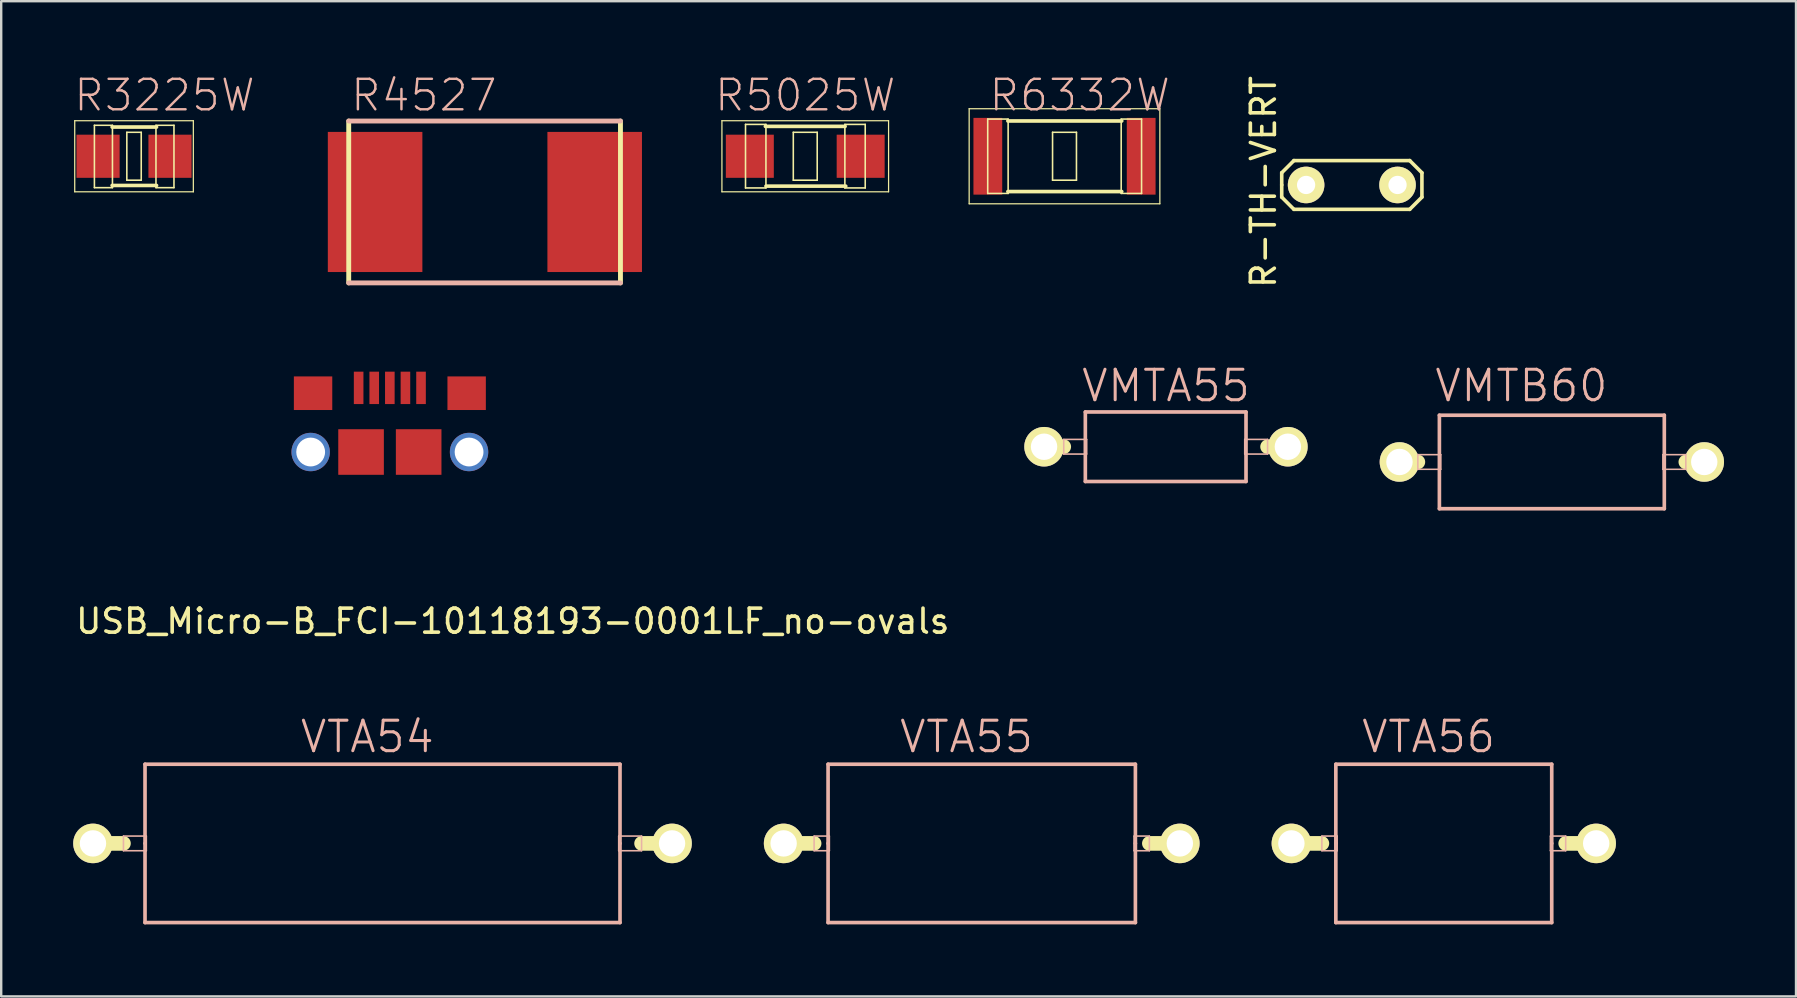
<source format=kicad_pcb>
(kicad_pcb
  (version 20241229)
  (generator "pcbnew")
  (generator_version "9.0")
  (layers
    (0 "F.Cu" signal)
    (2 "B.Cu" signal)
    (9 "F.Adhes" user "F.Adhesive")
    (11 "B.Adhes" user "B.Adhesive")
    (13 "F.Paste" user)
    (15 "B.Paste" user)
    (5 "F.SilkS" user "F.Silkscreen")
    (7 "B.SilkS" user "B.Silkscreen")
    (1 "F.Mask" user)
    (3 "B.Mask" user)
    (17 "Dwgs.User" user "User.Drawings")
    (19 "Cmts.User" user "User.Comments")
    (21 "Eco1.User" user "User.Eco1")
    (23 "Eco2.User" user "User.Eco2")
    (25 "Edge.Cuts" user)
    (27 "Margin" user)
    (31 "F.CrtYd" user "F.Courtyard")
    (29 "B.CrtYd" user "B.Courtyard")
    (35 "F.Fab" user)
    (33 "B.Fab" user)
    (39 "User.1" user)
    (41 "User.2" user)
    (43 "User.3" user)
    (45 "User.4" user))
  (footprint "R4527"
    (layer "F.Cu")
    (at 17.155 5.366)
    (property "Reference" "R4527" (at -2.54 -4.445 0) (layer "B.SilkS") (effects (font (size 1.27 1.27) (thickness 0.102))))
    (attr smd)
    (fp_line (start -5.674 -3.373) (end -5.674 3.373) (stroke (width 0.203) (type solid)) (layer "F.SilkS"))
    (fp_line (start 5.649 3.373) (end 5.649 -3.373) (stroke (width 0.203) (type solid)) (layer "F.SilkS"))
    (fp_line (start -5.674 3.373) (end 5.649 3.373) (stroke (width 0.203) (type solid)) (layer "B.SilkS"))
    (fp_line (start 5.649 -3.373) (end -5.674 -3.373) (stroke (width 0.203) (type solid)) (layer "B.SilkS"))
    (pad "1" smd rect (at -4.575 0) (size 3.94 5.839) (layers "F.Cu" "F.Mask" "F.Paste"))
    (pad "2" smd rect (at 4.575 0) (size 3.94 5.839) (layers "F.Cu" "F.Mask" "F.Paste")))
  (footprint "USB_Micro-B_FCI-10118193-0001LF_no-ovals"
    (layer "F.Cu")
    (at 13.195 17.235)
    (property "Reference" "USB_Micro-B_FCI-10118193-0001LF_no-ovals" (at 5.12 5.6 0) (layer "F.SilkS") (effects (font (size 1 1) (thickness 0.15))))
    (attr smd)
    (fp_line (start -3.95 0) (end -3.95 -5.075) (stroke (width 0.15) (type solid)) (layer "Eco2.User"))
    (fp_line (start 3.95 -5.1) (end -3.95 -5.1) (stroke (width 0.15) (type solid)) (layer "Eco2.User"))
    (fp_line (start 3.95 0) (end -3.95 0) (stroke (width 0.15) (type solid)) (layer "Eco2.User"))
    (fp_line (start 3.95 0) (end 3.95 -5.1) (stroke (width 0.15) (type solid)) (layer "Eco2.User"))
    (pad "1" smd rect (at -1.301 -4.123 90) (size 1.35 0.4) (layers "F.Cu" "F.Mask" "F.Paste"))
    (pad "2" smd rect (at -0.651 -4.123 90) (size 1.35 0.4) (layers "F.Cu" "F.Mask" "F.Paste"))
    (pad "3" smd rect (at -0.001 -4.123 90) (size 1.35 0.4) (layers "F.Cu" "F.Mask" "F.Paste"))
    (pad "4" smd rect (at 0.649 -4.123 90) (size 1.35 0.4) (layers "F.Cu" "F.Mask" "F.Paste"))
    (pad "5" smd rect (at 1.299 -4.123 90) (size 1.35 0.4) (layers "F.Cu" "F.Mask" "F.Paste"))
    (pad "6" thru_hole circle (at -3.3 -1.45) (size 1.6 1.6) (drill 1.2) (layers "*.Cu" "*.Mask" "F.Paste"))
    (pad "6" smd rect (at -3.2 -3.9) (size 1.6 1.4) (layers "F.Cu" "F.Mask" "F.Paste"))
    (pad "6" smd rect (at -1.2 -1.45) (size 1.9 1.9) (layers "F.Cu" "F.Mask" "F.Paste"))
    (pad "6" smd rect (at 1.2 -1.45) (size 1.9 1.9) (layers "F.Cu" "F.Mask" "F.Paste"))
    (pad "6" smd rect (at 3.2 -3.9) (size 1.6 1.4) (layers "F.Cu" "F.Mask" "F.Paste"))
    (pad "6" thru_hole circle (at 3.3 -1.45) (size 1.6 1.6) (drill 1.2) (layers "*.Cu" "*.Mask" "F.Paste")))
  (footprint "VTA55"
    (layer "F.Cu")
    (at 37.858 32.094)
    (property "Reference" "VTA55" (at -0.635 -4.445 0) (layer "B.SilkS") (effects (font (size 1.27 1.27) (thickness 0.127))))
    (attr exclude_from_pos_files exclude_from_bom)
    (fp_line (start -8.255 0) (end -6.985 0) (stroke (width 0.61) (type solid)) (layer "F.SilkS"))
    (fp_line (start 6.985 0) (end 8.255 0) (stroke (width 0.61) (type solid)) (layer "F.SilkS"))
    (fp_line (start -6.985 -0.305) (end -6.35 -0.305) (stroke (width 0.066) (type solid)) (layer "B.SilkS"))
    (fp_line (start -6.985 0.305) (end -6.985 -0.305) (stroke (width 0.066) (type solid)) (layer "B.SilkS"))
    (fp_line (start -6.985 0.305) (end -6.35 0.305) (stroke (width 0.066) (type solid)) (layer "B.SilkS"))
    (fp_line (start -6.403 -3.299) (end -6.403 0) (stroke (width 0.152) (type solid)) (layer "B.SilkS"))
    (fp_line (start -6.403 0) (end -6.403 3.299) (stroke (width 0.152) (type solid)) (layer "B.SilkS"))
    (fp_line (start -6.403 3.299) (end 6.403 3.299) (stroke (width 0.152) (type solid)) (layer "B.SilkS"))
    (fp_line (start -6.35 0.305) (end -6.35 -0.305) (stroke (width 0.066) (type solid)) (layer "B.SilkS"))
    (fp_line (start 6.35 -0.305) (end 6.985 -0.305) (stroke (width 0.066) (type solid)) (layer "B.SilkS"))
    (fp_line (start 6.35 0.305) (end 6.35 -0.305) (stroke (width 0.066) (type solid)) (layer "B.SilkS"))
    (fp_line (start 6.35 0.305) (end 6.985 0.305) (stroke (width 0.066) (type solid)) (layer "B.SilkS"))
    (fp_line (start 6.403 -3.299) (end -6.403 -3.299) (stroke (width 0.152) (type solid)) (layer "B.SilkS"))
    (fp_line (start 6.403 0) (end 6.403 -3.299) (stroke (width 0.152) (type solid)) (layer "B.SilkS"))
    (fp_line (start 6.403 3.299) (end 6.403 0) (stroke (width 0.152) (type solid)) (layer "B.SilkS"))
    (fp_line (start 6.985 0.305) (end 6.985 -0.305) (stroke (width 0.066) (type solid)) (layer "B.SilkS"))
    (pad "1" thru_hole circle (at -8.255 0) (size 1.648 1.648) (drill 1.1) (layers "*.Cu" "F.Mask" "F.SilkS" "F.Paste"))
    (pad "2" thru_hole circle (at 8.255 0) (size 1.648 1.648) (drill 1.1) (layers "*.Cu" "F.Mask" "F.SilkS" "F.Paste")))
  (footprint "VMTB60"
    (layer "F.Cu")
    (at 61.614 16.2)
    (property "Reference" "VMTB60" (at -1.27 -3.175 0) (layer "B.SilkS") (effects (font (size 1.27 1.27) (thickness 0.127))))
    (attr exclude_from_pos_files exclude_from_bom)
    (fp_line (start -6.35 0) (end -5.583 0) (stroke (width 0.61) (type solid)) (layer "F.SilkS"))
    (fp_line (start 5.583 0) (end 6.35 0) (stroke (width 0.61) (type solid)) (layer "F.SilkS"))
    (fp_line (start -5.583 -0.305) (end -4.63 -0.305) (stroke (width 0.066) (type solid)) (layer "B.SilkS"))
    (fp_line (start -5.583 0.305) (end -5.583 -0.305) (stroke (width 0.066) (type solid)) (layer "B.SilkS"))
    (fp_line (start -5.583 0.305) (end -4.63 0.305) (stroke (width 0.066) (type solid)) (layer "B.SilkS"))
    (fp_line (start -4.686 -1.948) (end -4.686 1.948) (stroke (width 0.152) (type solid)) (layer "B.SilkS"))
    (fp_line (start -4.686 1.948) (end 4.686 1.948) (stroke (width 0.152) (type solid)) (layer "B.SilkS"))
    (fp_line (start -4.63 0.305) (end -4.63 -0.305) (stroke (width 0.066) (type solid)) (layer "B.SilkS"))
    (fp_line (start 4.63 -0.305) (end 5.583 -0.305) (stroke (width 0.066) (type solid)) (layer "B.SilkS"))
    (fp_line (start 4.63 0.305) (end 4.63 -0.305) (stroke (width 0.066) (type solid)) (layer "B.SilkS"))
    (fp_line (start 4.63 0.305) (end 5.583 0.305) (stroke (width 0.066) (type solid)) (layer "B.SilkS"))
    (fp_line (start 4.686 -1.948) (end -4.686 -1.948) (stroke (width 0.152) (type solid)) (layer "B.SilkS"))
    (fp_line (start 4.686 1.948) (end 4.686 -1.948) (stroke (width 0.152) (type solid)) (layer "B.SilkS"))
    (fp_line (start 5.583 0.305) (end 5.583 -0.305) (stroke (width 0.066) (type solid)) (layer "B.SilkS"))
    (pad "1" thru_hole circle (at -6.35 0) (size 1.648 1.648) (drill 1.1) (layers "*.Cu" "F.Mask" "F.SilkS" "F.Paste"))
    (pad "2" thru_hole circle (at 6.35 0) (size 1.648 1.648) (drill 1.1) (layers "*.Cu" "F.Mask" "F.SilkS" "F.Paste")))
  (footprint "R5025W"
    (layer "F.Cu")
    (at 30.504 3.461)
    (property "Reference" "R5025W" (at 0 -2.54 0) (layer "B.SilkS") (effects (font (size 1.27 1.27) (thickness 0.102))))
    (attr smd)
    (fp_line (start -3.472 -1.481) (end 3.472 -1.481) (stroke (width 0.051) (type solid)) (layer "F.SilkS"))
    (fp_line (start -3.472 1.481) (end -3.472 -1.481) (stroke (width 0.051) (type solid)) (layer "F.SilkS"))
    (fp_line (start -2.489 -1.328) (end -1.638 -1.328) (stroke (width 0.066) (type solid)) (layer "F.SilkS"))
    (fp_line (start -2.489 1.321) (end -2.489 -1.328) (stroke (width 0.066) (type solid)) (layer "F.SilkS"))
    (fp_line (start -2.489 1.321) (end -1.638 1.321) (stroke (width 0.066) (type solid)) (layer "F.SilkS"))
    (fp_line (start -1.661 -1.245) (end 1.661 -1.245) (stroke (width 0.152) (type solid)) (layer "F.SilkS"))
    (fp_line (start -1.638 1.321) (end -1.638 -1.328) (stroke (width 0.066) (type solid)) (layer "F.SilkS"))
    (fp_line (start -1.636 1.245) (end 1.687 1.245) (stroke (width 0.152) (type solid)) (layer "F.SilkS"))
    (fp_line (start -0.498 -0.998) (end 0.498 -0.998) (stroke (width 0.066) (type solid)) (layer "F.SilkS"))
    (fp_line (start -0.498 0.998) (end -0.498 -0.998) (stroke (width 0.066) (type solid)) (layer "F.SilkS"))
    (fp_line (start -0.498 0.998) (end 0.498 0.998) (stroke (width 0.066) (type solid)) (layer "F.SilkS"))
    (fp_line (start 0.498 0.998) (end 0.498 -0.998) (stroke (width 0.066) (type solid)) (layer "F.SilkS"))
    (fp_line (start 1.651 -1.328) (end 2.499 -1.328) (stroke (width 0.066) (type solid)) (layer "F.SilkS"))
    (fp_line (start 1.651 1.321) (end 1.651 -1.328) (stroke (width 0.066) (type solid)) (layer "F.SilkS"))
    (fp_line (start 1.651 1.321) (end 2.499 1.321) (stroke (width 0.066) (type solid)) (layer "F.SilkS"))
    (fp_line (start 2.499 1.321) (end 2.499 -1.328) (stroke (width 0.066) (type solid)) (layer "F.SilkS"))
    (fp_line (start 3.472 -1.481) (end 3.472 1.481) (stroke (width 0.051) (type solid)) (layer "F.SilkS"))
    (fp_line (start 3.472 1.481) (end -3.472 1.481) (stroke (width 0.051) (type solid)) (layer "F.SilkS"))
    (pad "1" smd rect (at -2.309 0) (size 1.999 1.798) (layers "F.Cu" "F.Mask" "F.Paste"))
    (pad "2" smd rect (at 2.309 0) (size 1.999 1.798) (layers "F.Cu" "F.Mask" "F.Paste")))
  (footprint "R-TH-VERT"
    (layer "F.Cu")
    (at 55.184 4.657)
    (property "Reference" "R-TH-VERT" (at -5.588 -0.127 90) (layer "F.SilkS") (effects (font (size 1 1) (thickness 0.15))))
    (attr through_hole)
    (fp_line (start -4.826 -0.508) (end -4.318 -1.016) (stroke (width 0.15) (type solid)) (layer "F.SilkS"))
    (fp_line (start -4.826 0) (end -4.826 -0.508) (stroke (width 0.15) (type solid)) (layer "F.SilkS"))
    (fp_line (start -4.826 0.508) (end -4.826 0) (stroke (width 0.15) (type solid)) (layer "F.SilkS"))
    (fp_line (start -4.318 -1.016) (end 0.508 -1.016) (stroke (width 0.15) (type solid)) (layer "F.SilkS"))
    (fp_line (start -4.318 1.016) (end -4.826 0.508) (stroke (width 0.15) (type solid)) (layer "F.SilkS"))
    (fp_line (start 0.508 -1.016) (end 1.016 -0.508) (stroke (width 0.15) (type solid)) (layer "F.SilkS"))
    (fp_line (start 0.508 1.016) (end -4.318 1.016) (stroke (width 0.15) (type solid)) (layer "F.SilkS"))
    (fp_line (start 1.016 -0.508) (end 1.016 0.508) (stroke (width 0.15) (type solid)) (layer "F.SilkS"))
    (fp_line (start 1.016 0.508) (end 0.508 1.016) (stroke (width 0.15) (type solid)) (layer "F.SilkS"))
    (pad "1" thru_hole circle (at -3.81 0) (size 1.524 1.524) (drill 0.762) (layers "*.Cu" "*.Mask" "F.SilkS"))
    (pad "2" thru_hole circle (at 0 0) (size 1.524 1.524) (drill 0.762) (layers "*.Cu" "*.Mask" "F.SilkS")))
  (footprint "VMTA55"
    (layer "F.Cu")
    (at 45.535 15.565)
    (property "Reference" "VMTA55" (at 0 -2.54 0) (layer "B.SilkS") (effects (font (size 1.27 1.27) (thickness 0.127))))
    (attr exclude_from_pos_files exclude_from_bom)
    (fp_line (start -5.08 0) (end -4.26 0) (stroke (width 0.61) (type solid)) (layer "F.SilkS"))
    (fp_line (start 4.234 0) (end 5.08 0) (stroke (width 0.61) (type solid)) (layer "F.SilkS"))
    (fp_line (start -4.26 -0.305) (end -3.307 -0.305) (stroke (width 0.066) (type solid)) (layer "B.SilkS"))
    (fp_line (start -4.26 0.305) (end -4.26 -0.305) (stroke (width 0.066) (type solid)) (layer "B.SilkS"))
    (fp_line (start -4.26 0.305) (end -3.307 0.305) (stroke (width 0.066) (type solid)) (layer "B.SilkS"))
    (fp_line (start -3.36 -1.448) (end -3.36 1.448) (stroke (width 0.152) (type solid)) (layer "B.SilkS"))
    (fp_line (start -3.36 1.448) (end 3.335 1.448) (stroke (width 0.152) (type solid)) (layer "B.SilkS"))
    (fp_line (start -3.307 0.305) (end -3.307 -0.305) (stroke (width 0.066) (type solid)) (layer "B.SilkS"))
    (fp_line (start 3.282 -0.305) (end 4.234 -0.305) (stroke (width 0.066) (type solid)) (layer "B.SilkS"))
    (fp_line (start 3.282 0.305) (end 3.282 -0.305) (stroke (width 0.066) (type solid)) (layer "B.SilkS"))
    (fp_line (start 3.282 0.305) (end 4.234 0.305) (stroke (width 0.066) (type solid)) (layer "B.SilkS"))
    (fp_line (start 3.335 -1.448) (end -3.36 -1.448) (stroke (width 0.152) (type solid)) (layer "B.SilkS"))
    (fp_line (start 3.335 1.448) (end 3.335 -1.448) (stroke (width 0.152) (type solid)) (layer "B.SilkS"))
    (fp_line (start 4.234 0.305) (end 4.234 -0.305) (stroke (width 0.066) (type solid)) (layer "B.SilkS"))
    (pad "1" thru_hole circle (at -5.08 0) (size 1.648 1.648) (drill 1.1) (layers "*.Cu" "F.Mask" "F.SilkS" "F.Paste"))
    (pad "2" thru_hole circle (at 5.08 0) (size 1.648 1.648) (drill 1.1) (layers "*.Cu" "F.Mask" "F.SilkS" "F.Paste")))
  (footprint "R6332W"
    (layer "F.Cu")
    (at 41.307 3.461)
    (property "Reference" "R6332W" (at 0.635 -2.54 0) (layer "B.SilkS") (effects (font (size 1.27 1.27) (thickness 0.102))))
    (attr smd)
    (fp_line (start -3.973 -1.981) (end 3.973 -1.981) (stroke (width 0.051) (type solid)) (layer "F.SilkS"))
    (fp_line (start -3.973 1.981) (end -3.973 -1.981) (stroke (width 0.051) (type solid)) (layer "F.SilkS"))
    (fp_line (start -3.2 -1.549) (end -2.349 -1.549) (stroke (width 0.066) (type solid)) (layer "F.SilkS"))
    (fp_line (start -3.2 1.549) (end -3.2 -1.549) (stroke (width 0.066) (type solid)) (layer "F.SilkS"))
    (fp_line (start -3.2 1.549) (end -2.349 1.549) (stroke (width 0.066) (type solid)) (layer "F.SilkS"))
    (fp_line (start -2.36 -1.471) (end 2.385 -1.471) (stroke (width 0.152) (type solid)) (layer "F.SilkS"))
    (fp_line (start -2.36 1.471) (end 2.385 1.471) (stroke (width 0.152) (type solid)) (layer "F.SilkS"))
    (fp_line (start -2.349 1.549) (end -2.349 -1.549) (stroke (width 0.066) (type solid)) (layer "F.SilkS"))
    (fp_line (start -0.498 -0.998) (end 0.498 -0.998) (stroke (width 0.066) (type solid)) (layer "F.SilkS"))
    (fp_line (start -0.498 0.998) (end -0.498 -0.998) (stroke (width 0.066) (type solid)) (layer "F.SilkS"))
    (fp_line (start -0.498 0.998) (end 0.498 0.998) (stroke (width 0.066) (type solid)) (layer "F.SilkS"))
    (fp_line (start 0.498 0.998) (end 0.498 -0.998) (stroke (width 0.066) (type solid)) (layer "F.SilkS"))
    (fp_line (start 2.362 -1.549) (end 3.211 -1.549) (stroke (width 0.066) (type solid)) (layer "F.SilkS"))
    (fp_line (start 2.362 1.549) (end 2.362 -1.549) (stroke (width 0.066) (type solid)) (layer "F.SilkS"))
    (fp_line (start 2.362 1.549) (end 3.211 1.549) (stroke (width 0.066) (type solid)) (layer "F.SilkS"))
    (fp_line (start 3.211 1.549) (end 3.211 -1.549) (stroke (width 0.066) (type solid)) (layer "F.SilkS"))
    (fp_line (start 3.973 -1.981) (end 3.973 1.981) (stroke (width 0.051) (type solid)) (layer "F.SilkS"))
    (fp_line (start 3.973 1.981) (end -3.973 1.981) (stroke (width 0.051) (type solid)) (layer "F.SilkS"))
    (pad "1" smd rect (at -3.195 0) (size 1.199 3.198) (layers "F.Cu" "F.Mask" "F.Paste"))
    (pad "2" smd rect (at 3.195 0) (size 1.199 3.198) (layers "F.Cu" "F.Mask" "F.Paste")))
  (footprint "VTA56"
    (layer "F.Cu")
    (at 57.111 32.094)
    (property "Reference" "VTA56" (at -0.635 -4.445 0) (layer "B.SilkS") (effects (font (size 1.27 1.27) (thickness 0.127))))
    (attr exclude_from_pos_files exclude_from_bom)
    (fp_line (start -6.35 0) (end -5.08 0) (stroke (width 0.61) (type solid)) (layer "F.SilkS"))
    (fp_line (start 5.08 0) (end 6.35 0) (stroke (width 0.61) (type solid)) (layer "F.SilkS"))
    (fp_line (start -5.08 -0.305) (end -4.445 -0.305) (stroke (width 0.066) (type solid)) (layer "B.SilkS"))
    (fp_line (start -5.08 0.305) (end -5.08 -0.305) (stroke (width 0.066) (type solid)) (layer "B.SilkS"))
    (fp_line (start -5.08 0.305) (end -4.445 0.305) (stroke (width 0.066) (type solid)) (layer "B.SilkS"))
    (fp_line (start -4.498 -3.299) (end -4.498 0) (stroke (width 0.152) (type solid)) (layer "B.SilkS"))
    (fp_line (start -4.498 0) (end -4.498 3.299) (stroke (width 0.152) (type solid)) (layer "B.SilkS"))
    (fp_line (start -4.498 3.299) (end 4.498 3.299) (stroke (width 0.152) (type solid)) (layer "B.SilkS"))
    (fp_line (start -4.445 0.305) (end -4.445 -0.305) (stroke (width 0.066) (type solid)) (layer "B.SilkS"))
    (fp_line (start 4.445 -0.305) (end 5.08 -0.305) (stroke (width 0.066) (type solid)) (layer "B.SilkS"))
    (fp_line (start 4.445 0.305) (end 4.445 -0.305) (stroke (width 0.066) (type solid)) (layer "B.SilkS"))
    (fp_line (start 4.445 0.305) (end 5.08 0.305) (stroke (width 0.066) (type solid)) (layer "B.SilkS"))
    (fp_line (start 4.498 -3.299) (end -4.498 -3.299) (stroke (width 0.152) (type solid)) (layer "B.SilkS"))
    (fp_line (start 4.498 0) (end 4.498 -3.299) (stroke (width 0.152) (type solid)) (layer "B.SilkS"))
    (fp_line (start 4.498 3.299) (end 4.498 0) (stroke (width 0.152) (type solid)) (layer "B.SilkS"))
    (fp_line (start 5.08 0.305) (end 5.08 -0.305) (stroke (width 0.066) (type solid)) (layer "B.SilkS"))
    (pad "1" thru_hole circle (at -6.35 0) (size 1.648 1.648) (drill 1.1) (layers "*.Cu" "F.Mask" "F.SilkS" "F.Paste"))
    (pad "2" thru_hole circle (at 6.35 0) (size 1.648 1.648) (drill 1.1) (layers "*.Cu" "F.Mask" "F.SilkS" "F.Paste")))
  (footprint "R3225W"
    (layer "F.Cu")
    (at 2.535 3.461)
    (property "Reference" "R3225W" (at 1.27 -2.54 0) (layer "B.SilkS") (effects (font (size 1.27 1.27) (thickness 0.102))))
    (attr smd)
    (fp_line (start -2.471 -1.481) (end 2.471 -1.481) (stroke (width 0.051) (type solid)) (layer "F.SilkS"))
    (fp_line (start -2.471 1.481) (end -2.471 -1.481) (stroke (width 0.051) (type solid)) (layer "F.SilkS"))
    (fp_line (start -1.651 -1.29) (end -0.899 -1.29) (stroke (width 0.066) (type solid)) (layer "F.SilkS"))
    (fp_line (start -1.651 1.308) (end -1.651 -1.29) (stroke (width 0.066) (type solid)) (layer "F.SilkS"))
    (fp_line (start -1.651 1.308) (end -0.899 1.308) (stroke (width 0.066) (type solid)) (layer "F.SilkS"))
    (fp_line (start -0.912 -1.217) (end 0.937 -1.217) (stroke (width 0.152) (type solid)) (layer "F.SilkS"))
    (fp_line (start -0.912 1.217) (end 0.937 1.217) (stroke (width 0.152) (type solid)) (layer "F.SilkS"))
    (fp_line (start -0.899 1.308) (end -0.899 -1.29) (stroke (width 0.066) (type solid)) (layer "F.SilkS"))
    (fp_line (start -0.3 -0.998) (end 0.3 -0.998) (stroke (width 0.066) (type solid)) (layer "F.SilkS"))
    (fp_line (start -0.3 0.998) (end -0.3 -0.998) (stroke (width 0.066) (type solid)) (layer "F.SilkS"))
    (fp_line (start -0.3 0.998) (end 0.3 0.998) (stroke (width 0.066) (type solid)) (layer "F.SilkS"))
    (fp_line (start 0.3 0.998) (end 0.3 -0.998) (stroke (width 0.066) (type solid)) (layer "F.SilkS"))
    (fp_line (start 0.914 -1.29) (end 1.664 -1.29) (stroke (width 0.066) (type solid)) (layer "F.SilkS"))
    (fp_line (start 0.914 1.308) (end 0.914 -1.29) (stroke (width 0.066) (type solid)) (layer "F.SilkS"))
    (fp_line (start 0.914 1.308) (end 1.664 1.308) (stroke (width 0.066) (type solid)) (layer "F.SilkS"))
    (fp_line (start 1.664 1.308) (end 1.664 -1.29) (stroke (width 0.066) (type solid)) (layer "F.SilkS"))
    (fp_line (start 2.471 -1.481) (end 2.471 1.481) (stroke (width 0.051) (type solid)) (layer "F.SilkS"))
    (fp_line (start 2.471 1.481) (end -2.471 1.481) (stroke (width 0.051) (type solid)) (layer "F.SilkS"))
    (pad "1" smd rect (at -1.499 0) (size 1.798 1.798) (layers "F.Cu" "F.Mask" "F.Paste"))
    (pad "2" smd rect (at 1.499 0) (size 1.798 1.798) (layers "F.Cu" "F.Mask" "F.Paste")))
  (footprint "VTA54"
    (layer "F.Cu")
    (at 12.889 32.094)
    (property "Reference" "VTA54" (at -0.635 -4.445 0) (layer "B.SilkS") (effects (font (size 1.27 1.27) (thickness 0.127))))
    (attr exclude_from_pos_files exclude_from_bom)
    (fp_line (start -12.065 0) (end -10.795 0) (stroke (width 0.61) (type solid)) (layer "F.SilkS"))
    (fp_line (start 10.795 0) (end 12.065 0) (stroke (width 0.61) (type solid)) (layer "F.SilkS"))
    (fp_line (start -10.795 -0.305) (end -9.842 -0.305) (stroke (width 0.066) (type solid)) (layer "B.SilkS"))
    (fp_line (start -10.795 0.305) (end -10.795 -0.305) (stroke (width 0.066) (type solid)) (layer "B.SilkS"))
    (fp_line (start -10.795 0.305) (end -9.842 0.305) (stroke (width 0.066) (type solid)) (layer "B.SilkS"))
    (fp_line (start -9.896 -3.299) (end -9.896 0) (stroke (width 0.152) (type solid)) (layer "B.SilkS"))
    (fp_line (start -9.896 0) (end -9.896 3.299) (stroke (width 0.152) (type solid)) (layer "B.SilkS"))
    (fp_line (start -9.896 3.299) (end 9.896 3.299) (stroke (width 0.152) (type solid)) (layer "B.SilkS"))
    (fp_line (start -9.842 0.305) (end -9.842 -0.305) (stroke (width 0.066) (type solid)) (layer "B.SilkS"))
    (fp_line (start 9.842 -0.305) (end 10.795 -0.305) (stroke (width 0.066) (type solid)) (layer "B.SilkS"))
    (fp_line (start 9.842 0.305) (end 9.842 -0.305) (stroke (width 0.066) (type solid)) (layer "B.SilkS"))
    (fp_line (start 9.842 0.305) (end 10.795 0.305) (stroke (width 0.066) (type solid)) (layer "B.SilkS"))
    (fp_line (start 9.896 -3.299) (end -9.896 -3.299) (stroke (width 0.152) (type solid)) (layer "B.SilkS"))
    (fp_line (start 9.896 0) (end 9.896 -3.299) (stroke (width 0.152) (type solid)) (layer "B.SilkS"))
    (fp_line (start 9.896 3.299) (end 9.896 0) (stroke (width 0.152) (type solid)) (layer "B.SilkS"))
    (fp_line (start 10.795 0.305) (end 10.795 -0.305) (stroke (width 0.066) (type solid)) (layer "B.SilkS"))
    (pad "1" thru_hole circle (at -12.065 0) (size 1.648 1.648) (drill 1.1) (layers "*.Cu" "F.Mask" "F.SilkS" "F.Paste"))
    (pad "2" thru_hole circle (at 12.065 0) (size 1.648 1.648) (drill 1.1) (layers "*.Cu" "F.Mask" "F.SilkS" "F.Paste")))
  (gr_rect
    (start -3 -3)
    (end 71.788 38.469)
    (stroke (width 0.1) (type default))
    (fill no)
    (layer "Edge.Cuts")))
</source>
